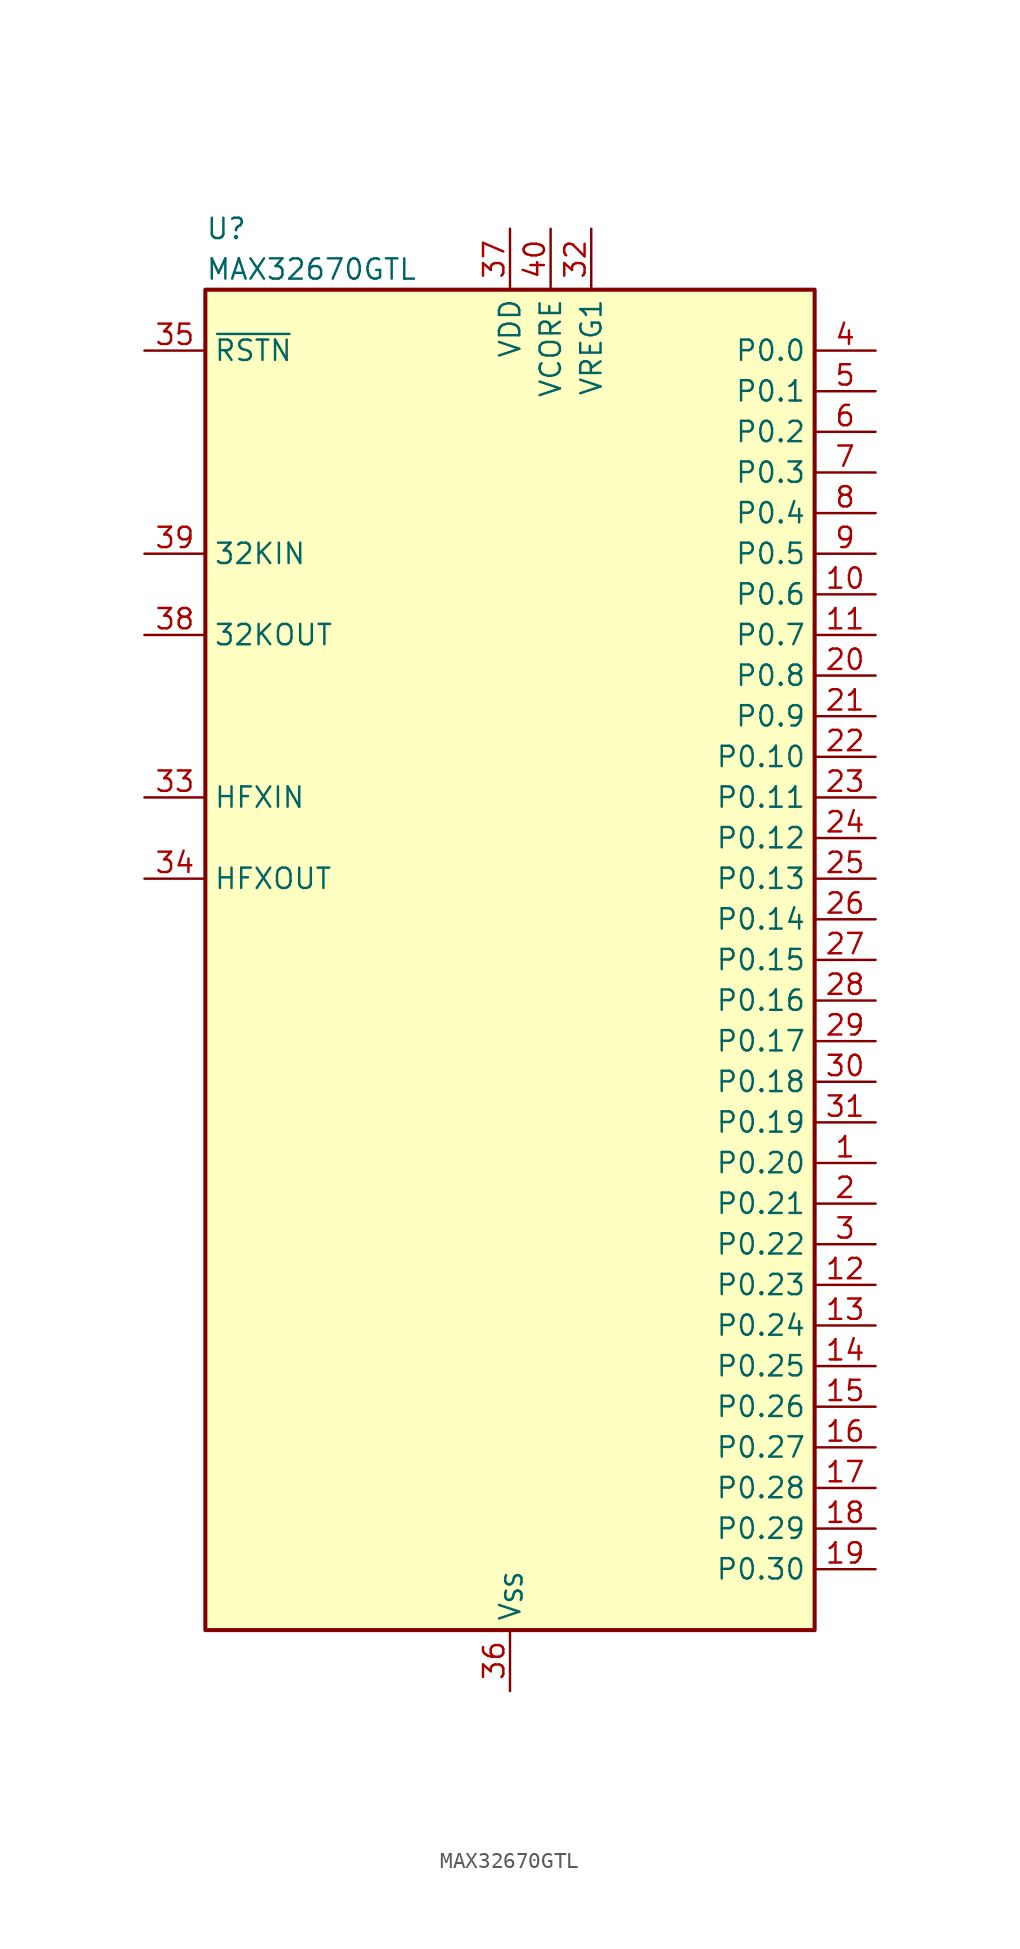
<source format=kicad_sym>
(kicad_symbol_lib
  (version 20241209)
  (generator "kicad_symbol_editor")
  (generator_version "9.0")
  (symbol "MAX32670GTL"
    (property "Reference" "U"
      (at -19.05 45.72 0)
      (effects (font (size 1.27 1.27)) (justify left)))
    (property "Value" "MAX32670GTL"
      (at -19.05 43.18 0)
      (effects (font (size 1.27 1.27)) (justify left)))
    (symbol "MAX32670GTL_0_1"
      (rectangle (start -19.05 41.91) (end 19.05 -41.91) (stroke (width 0.254) (type default)) (fill (type background))))
    (symbol "MAX32670GTL_1_1"
      (pin input line (at -22.86 38.1 0) (length 3.81) (name "~{RSTN}" (effects (font (size 1.27 1.27)))) (number "35" (effects (font (size 1.27 1.27)))))
      (pin input line (at -22.86 25.4 0) (length 3.81) (name "32KIN" (effects (font (size 1.27 1.27)))) (number "39" (effects (font (size 1.27 1.27)))))
      (pin output line (at -22.86 20.32 0) (length 3.81) (name "32KOUT" (effects (font (size 1.27 1.27)))) (number "38" (effects (font (size 1.27 1.27)))))
      (pin input line (at -22.86 10.16 0) (length 3.81) (name "HFXIN" (effects (font (size 1.27 1.27)))) (number "33" (effects (font (size 1.27 1.27)))))
      (pin output line (at -22.86 5.08 0) (length 3.81) (name "HFXOUT" (effects (font (size 1.27 1.27)))) (number "34" (effects (font (size 1.27 1.27)))))
      (pin power_in line (at 0 45.72 270) (length 3.81) (name "VDD" (effects (font (size 1.27 1.27)))) (number "37" (effects (font (size 1.27 1.27)))))
      (pin power_in line (at 0 -45.72 90) (length 3.81) (name "V_{SS}" (effects (font (size 1.27 1.27)))) (number "36" (effects (font (size 1.27 1.27)))))
      (pin passive line (at 0 -45.72 90) (length 3.81) (hide yes) (name "V_{SS}" (effects (font (size 1.27 1.27)))) (number "41" (effects (font (size 1.27 1.27)))))
      (pin passive line (at 2.54 45.72 270) (length 3.81) (name "VCORE" (effects (font (size 1.27 1.27)))) (number "40" (effects (font (size 1.27 1.27)))))
      (pin passive line (at 5.08 45.72 270) (length 3.81) (name "VREG1" (effects (font (size 1.27 1.27)))) (number "32" (effects (font (size 1.27 1.27)))))
      (pin bidirectional line (at 22.86 38.1 180) (length 3.81) (name "P0.0" (effects (font (size 1.27 1.27)))) (number "4" (effects (font (size 1.27 1.27)))))
      (pin bidirectional line (at 22.86 35.56 180) (length 3.81) (name "P0.1" (effects (font (size 1.27 1.27)))) (number "5" (effects (font (size 1.27 1.27)))))
      (pin bidirectional line (at 22.86 33.02 180) (length 3.81) (name "P0.2" (effects (font (size 1.27 1.27)))) (number "6" (effects (font (size 1.27 1.27)))))
      (pin bidirectional line (at 22.86 30.48 180) (length 3.81) (name "P0.3" (effects (font (size 1.27 1.27)))) (number "7" (effects (font (size 1.27 1.27)))))
      (pin bidirectional line (at 22.86 27.94 180) (length 3.81) (name "P0.4" (effects (font (size 1.27 1.27)))) (number "8" (effects (font (size 1.27 1.27)))))
      (pin bidirectional line (at 22.86 25.4 180) (length 3.81) (name "P0.5" (effects (font (size 1.27 1.27)))) (number "9" (effects (font (size 1.27 1.27)))))
      (pin bidirectional line (at 22.86 22.86 180) (length 3.81) (name "P0.6" (effects (font (size 1.27 1.27)))) (number "10" (effects (font (size 1.27 1.27)))))
      (pin bidirectional line (at 22.86 20.32 180) (length 3.81) (name "P0.7" (effects (font (size 1.27 1.27)))) (number "11" (effects (font (size 1.27 1.27)))))
      (pin bidirectional line (at 22.86 17.78 180) (length 3.81) (name "P0.8" (effects (font (size 1.27 1.27)))) (number "20" (effects (font (size 1.27 1.27)))))
      (pin bidirectional line (at 22.86 15.24 180) (length 3.81) (name "P0.9" (effects (font (size 1.27 1.27)))) (number "21" (effects (font (size 1.27 1.27)))))
      (pin bidirectional line (at 22.86 12.7 180) (length 3.81) (name "P0.10" (effects (font (size 1.27 1.27)))) (number "22" (effects (font (size 1.27 1.27)))))
      (pin bidirectional line (at 22.86 10.16 180) (length 3.81) (name "P0.11" (effects (font (size 1.27 1.27)))) (number "23" (effects (font (size 1.27 1.27)))))
      (pin bidirectional line (at 22.86 7.62 180) (length 3.81) (name "P0.12" (effects (font (size 1.27 1.27)))) (number "24" (effects (font (size 1.27 1.27)))))
      (pin bidirectional line (at 22.86 5.08 180) (length 3.81) (name "P0.13" (effects (font (size 1.27 1.27)))) (number "25" (effects (font (size 1.27 1.27)))))
      (pin bidirectional line (at 22.86 2.54 180) (length 3.81) (name "P0.14" (effects (font (size 1.27 1.27)))) (number "26" (effects (font (size 1.27 1.27)))))
      (pin bidirectional line (at 22.86 0 180) (length 3.81) (name "P0.15" (effects (font (size 1.27 1.27)))) (number "27" (effects (font (size 1.27 1.27)))))
      (pin bidirectional line (at 22.86 -2.54 180) (length 3.81) (name "P0.16" (effects (font (size 1.27 1.27)))) (number "28" (effects (font (size 1.27 1.27)))))
      (pin bidirectional line (at 22.86 -5.08 180) (length 3.81) (name "P0.17" (effects (font (size 1.27 1.27)))) (number "29" (effects (font (size 1.27 1.27)))))
      (pin bidirectional line (at 22.86 -7.62 180) (length 3.81) (name "P0.18" (effects (font (size 1.27 1.27)))) (number "30" (effects (font (size 1.27 1.27)))))
      (pin bidirectional line (at 22.86 -10.16 180) (length 3.81) (name "P0.19" (effects (font (size 1.27 1.27)))) (number "31" (effects (font (size 1.27 1.27)))))
      (pin bidirectional line (at 22.86 -12.7 180) (length 3.81) (name "P0.20" (effects (font (size 1.27 1.27)))) (number "1" (effects (font (size 1.27 1.27)))))
      (pin bidirectional line (at 22.86 -15.24 180) (length 3.81) (name "P0.21" (effects (font (size 1.27 1.27)))) (number "2" (effects (font (size 1.27 1.27)))))
      (pin bidirectional line (at 22.86 -17.78 180) (length 3.81) (name "P0.22" (effects (font (size 1.27 1.27)))) (number "3" (effects (font (size 1.27 1.27)))))
      (pin bidirectional line (at 22.86 -20.32 180) (length 3.81) (name "P0.23" (effects (font (size 1.27 1.27)))) (number "12" (effects (font (size 1.27 1.27)))))
      (pin bidirectional line (at 22.86 -22.86 180) (length 3.81) (name "P0.24" (effects (font (size 1.27 1.27)))) (number "13" (effects (font (size 1.27 1.27)))))
      (pin bidirectional line (at 22.86 -25.4 180) (length 3.81) (name "P0.25" (effects (font (size 1.27 1.27)))) (number "14" (effects (font (size 1.27 1.27)))))
      (pin bidirectional line (at 22.86 -27.94 180) (length 3.81) (name "P0.26" (effects (font (size 1.27 1.27)))) (number "15" (effects (font (size 1.27 1.27)))))
      (pin bidirectional line (at 22.86 -30.48 180) (length 3.81) (name "P0.27" (effects (font (size 1.27 1.27)))) (number "16" (effects (font (size 1.27 1.27)))))
      (pin bidirectional line (at 22.86 -33.02 180) (length 3.81) (name "P0.28" (effects (font (size 1.27 1.27)))) (number "17" (effects (font (size 1.27 1.27)))))
      (pin bidirectional line (at 22.86 -35.56 180) (length 3.81) (name "P0.29" (effects (font (size 1.27 1.27)))) (number "18" (effects (font (size 1.27 1.27)))))
      (pin bidirectional line (at 22.86 -38.1 180) (length 3.81) (name "P0.30" (effects (font (size 1.27 1.27)))) (number "19" (effects (font (size 1.27 1.27))))))))
</source>
